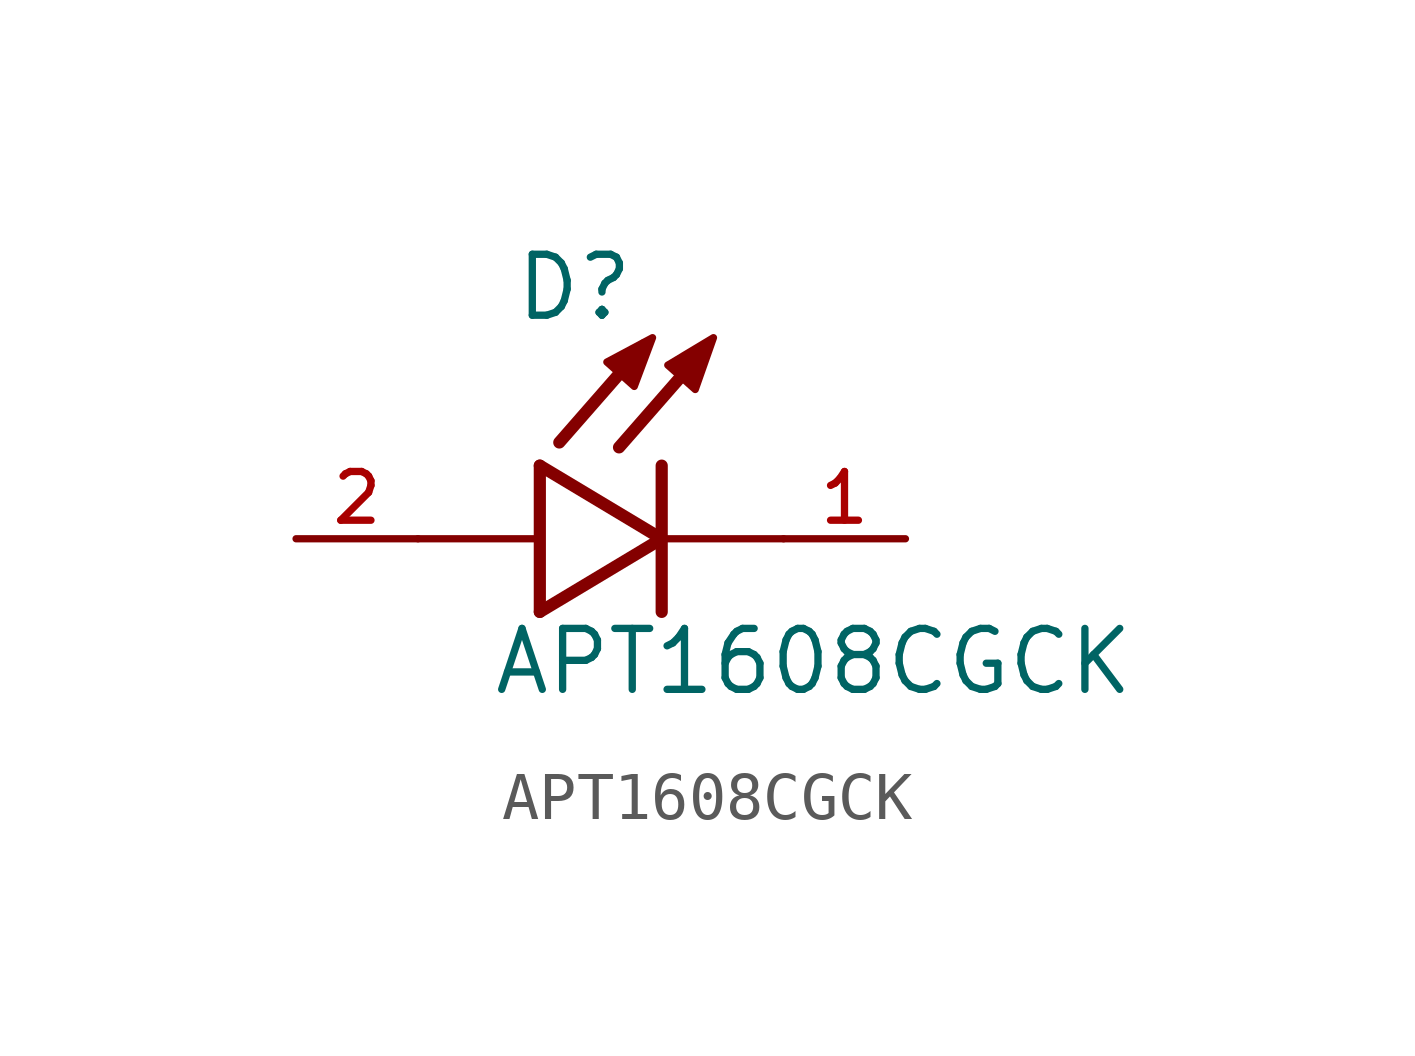
<source format=kicad_sym>
(kicad_symbol_lib
  (version 20211014)
  (generator kicad_symbol_editor)
  (symbol "APT1608CGCK"
    (pin_names
      (offset 1.016))
    (property "Reference" "D"
      (at -3.099 4.496 0)
      (effects (font (size 1.27 1.27)) (justify bottom left)))
    (property "Value" "APT1608CGCK"
      (at -3.556 -3.302 0)
      (effects (font (size 1.27 1.27)) (justify bottom left)))
    (symbol "APT1608CGCK_0_0"
      (polyline (pts (xy -2.54 1.524) (xy -2.54 -1.524)) (stroke (width 0.254)))
      (polyline (pts (xy -2.54 -1.524) (xy 0.0 0.0)) (stroke (width 0.254)))
      (polyline (pts (xy 0.0 0.0) (xy -2.54 1.524)) (stroke (width 0.254)))
      (polyline (pts (xy 0.0 1.524) (xy 0.0 0.0)) (stroke (width 0.254)))
      (polyline (pts (xy 0.0 0.0) (xy 0.0 -1.524)) (stroke (width 0.254)))
      (polyline (pts (xy -2.54 0.0) (xy -5.08 0.0)) (stroke (width 0.152)))
      (polyline (pts (xy 0.889 3.937) (xy -0.889 1.905)) (stroke (width 0.254)))
      (polyline (pts (xy -0.356 4.039) (xy -2.134 2.007)) (stroke (width 0.254)))
      (polyline (pts (xy 2.54 0.0) (xy 0.0 0.0)) (stroke (width 0.152)))
      (polyline (pts (xy -1.143 3.683) (xy -0.572 3.175) (xy -0.191 4.191) (xy -1.143 3.683)) (stroke (width 0.152)) (fill (type outline)))
      (polyline (pts (xy 0.127 3.619) (xy 0.699 3.111) (xy 1.079 4.191) (xy 0.127 3.619)) (stroke (width 0.152)) (fill (type outline)))
      (pin passive line (at 5.08 0.0 180.0) (length 2.54) (name "~" (effects (font (size 1.016 1.016)))) (number "1" (effects (font (size 1.016 1.016)))))
      (pin passive line (at -7.62 0.0 0) (length 2.54) (name "~" (effects (font (size 1.016 1.016)))) (number "2" (effects (font (size 1.016 1.016))))))))
</source>
